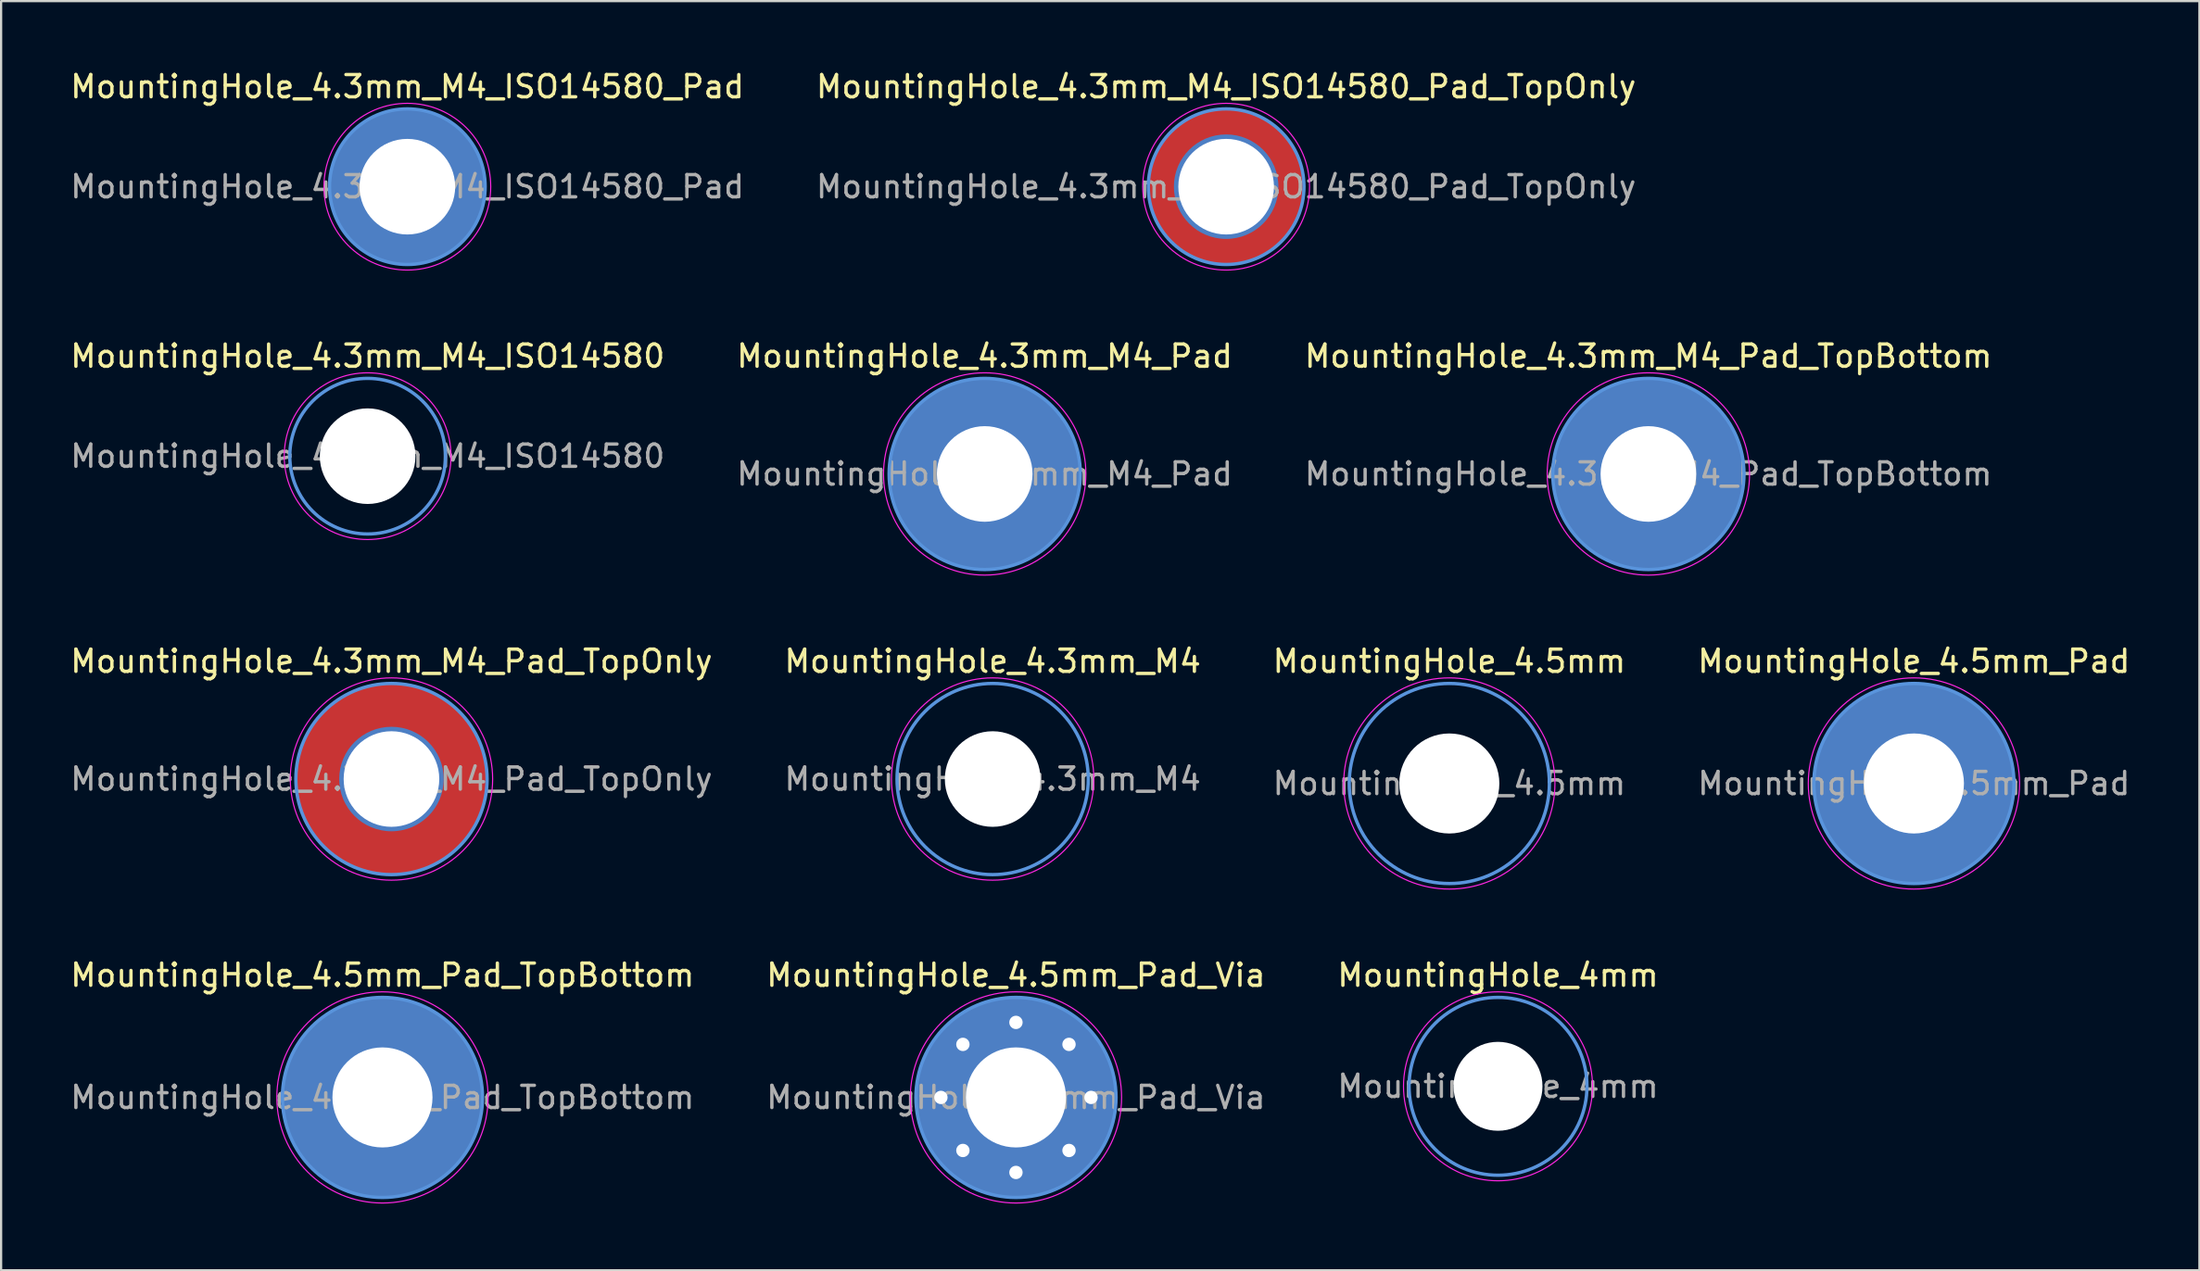
<source format=kicad_pcb>
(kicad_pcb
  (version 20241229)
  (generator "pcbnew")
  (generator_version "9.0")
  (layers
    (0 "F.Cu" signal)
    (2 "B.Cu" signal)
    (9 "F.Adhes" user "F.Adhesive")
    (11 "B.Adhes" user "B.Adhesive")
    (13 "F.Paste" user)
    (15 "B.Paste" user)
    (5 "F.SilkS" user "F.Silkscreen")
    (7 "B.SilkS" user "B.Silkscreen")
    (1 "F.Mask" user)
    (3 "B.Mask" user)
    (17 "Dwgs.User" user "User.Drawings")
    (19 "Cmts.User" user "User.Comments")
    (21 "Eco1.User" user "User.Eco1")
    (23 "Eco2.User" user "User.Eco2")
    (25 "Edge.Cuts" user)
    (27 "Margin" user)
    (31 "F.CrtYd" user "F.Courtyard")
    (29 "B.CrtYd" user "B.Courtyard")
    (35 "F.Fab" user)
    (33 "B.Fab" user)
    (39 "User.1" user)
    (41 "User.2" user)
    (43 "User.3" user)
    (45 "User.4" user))
  (footprint "MountingHole_4mm"
    (layer "F.Cu")
    (at 64.315 45.818)
    (property "Reference" "MountingHole_4mm" (at 0 -5 0) (layer "F.SilkS") (effects (font (size 1 1) (thickness 0.15))))
    (attr exclude_from_pos_files exclude_from_bom)
    (fp_circle (center 0 0) (end 4 0) (stroke (width 0.15) (type solid)) (fill no) (layer "Cmts.User"))
    (fp_circle (center 0 0) (end 4.25 0) (stroke (width 0.05) (type solid)) (fill no) (layer "F.CrtYd"))
    (fp_text user "${REFERENCE}" (at 0 0 0) (layer "F.Fab") (effects (font (size 1 1) (thickness 0.15))))
    (pad "" np_thru_hole circle (at 0 0) (size 4 4) (drill 4) (layers "*.Cu" "*.Mask")))
  (footprint "MountingHole_4.3mm_M4_ISO14580"
    (layer "F.Cu")
    (at 13.482 17.471)
    (property "Reference" "MountingHole_4.3mm_M4_ISO14580" (at 0 -4.5 0) (layer "F.SilkS") (effects (font (size 1 1) (thickness 0.15))))
    (attr exclude_from_pos_files exclude_from_bom)
    (fp_circle (center 0 0) (end 3.5 0) (stroke (width 0.15) (type solid)) (fill no) (layer "Cmts.User"))
    (fp_circle (center 0 0) (end 3.75 0) (stroke (width 0.05) (type solid)) (fill no) (layer "F.CrtYd"))
    (fp_text user "${REFERENCE}" (at 0 0 0) (layer "F.Fab") (effects (font (size 1 1) (thickness 0.15))))
    (pad "" np_thru_hole circle (at 0 0) (size 4.3 4.3) (drill 4.3) (layers "*.Cu" "*.Mask")))
  (footprint "MountingHole_4.3mm_M4_ISO14580_Pad"
    (layer "F.Cu")
    (at 15.268 5.348)
    (property "Reference" "MountingHole_4.3mm_M4_ISO14580_Pad" (at 0 -4.5 0) (layer "F.SilkS") (effects (font (size 1 1) (thickness 0.15))))
    (attr exclude_from_pos_files exclude_from_bom)
    (fp_circle (center 0 0) (end 3.5 0) (stroke (width 0.15) (type solid)) (fill no) (layer "Cmts.User"))
    (fp_circle (center 0 0) (end 3.75 0) (stroke (width 0.05) (type solid)) (fill no) (layer "F.CrtYd"))
    (fp_text user "${REFERENCE}" (at 0 0 0) (layer "F.Fab") (effects (font (size 1 1) (thickness 0.15))))
    (pad "1" thru_hole circle (at 0 0) (size 7 7) (drill 4.3) (layers "*.Cu" "*.Mask")))
  (footprint "MountingHole_4.3mm_M4_Pad_TopBottom"
    (layer "F.Cu")
    (at 71.077 18.271)
    (property "Reference" "MountingHole_4.3mm_M4_Pad_TopBottom" (at 0 -5.3 0) (layer "F.SilkS") (effects (font (size 1 1) (thickness 0.15))))
    (attr exclude_from_pos_files exclude_from_bom)
    (fp_circle (center 0 0) (end 4.3 0) (stroke (width 0.15) (type solid)) (fill no) (layer "Cmts.User"))
    (fp_circle (center 0 0) (end 4.55 0) (stroke (width 0.05) (type solid)) (fill no) (layer "F.CrtYd"))
    (fp_text user "${REFERENCE}" (at 0 0 0) (layer "F.Fab") (effects (font (size 1 1) (thickness 0.15))))
    (pad "1" thru_hole circle (at 0 0) (size 4.7 4.7) (drill 4.3) (layers "*.Cu" "*.Mask"))
    (pad "1" connect circle (at 0 0) (size 8.6 8.6) (layers "F.Cu" "F.Mask"))
    (pad "1" connect circle (at 0 0) (size 8.6 8.6) (layers "B.Cu" "B.Mask")))
  (footprint "MountingHole_4.3mm_M4"
    (layer "F.Cu")
    (at 41.589 31.995)
    (property "Reference" "MountingHole_4.3mm_M4" (at 0 -5.3 0) (layer "F.SilkS") (effects (font (size 1 1) (thickness 0.15))))
    (attr exclude_from_pos_files exclude_from_bom)
    (fp_circle (center 0 0) (end 4.3 0) (stroke (width 0.15) (type solid)) (fill no) (layer "Cmts.User"))
    (fp_circle (center 0 0) (end 4.55 0) (stroke (width 0.05) (type solid)) (fill no) (layer "F.CrtYd"))
    (fp_text user "${REFERENCE}" (at 0 0 0) (layer "F.Fab") (effects (font (size 1 1) (thickness 0.15))))
    (pad "" np_thru_hole circle (at 0 0) (size 4.3 4.3) (drill 4.3) (layers "*.Cu" "*.Mask")))
  (footprint "MountingHole_4.5mm_Pad"
    (layer "F.Cu")
    (at 83.018 32.195)
    (property "Reference" "MountingHole_4.5mm_Pad" (at 0 -5.5 0) (layer "F.SilkS") (effects (font (size 1 1) (thickness 0.15))))
    (attr exclude_from_pos_files exclude_from_bom)
    (fp_circle (center 0 0) (end 4.5 0) (stroke (width 0.15) (type solid)) (fill no) (layer "Cmts.User"))
    (fp_circle (center 0 0) (end 4.75 0) (stroke (width 0.05) (type solid)) (fill no) (layer "F.CrtYd"))
    (fp_text user "${REFERENCE}" (at 0 0 0) (layer "F.Fab") (effects (font (size 1 1) (thickness 0.15))))
    (pad "1" thru_hole circle (at 0 0) (size 9 9) (drill 4.5) (layers "*.Cu" "*.Mask")))
  (footprint "MountingHole_4.5mm"
    (layer "F.Cu")
    (at 62.125 32.195)
    (property "Reference" "MountingHole_4.5mm" (at 0 -5.5 0) (layer "F.SilkS") (effects (font (size 1 1) (thickness 0.15))))
    (attr exclude_from_pos_files exclude_from_bom)
    (fp_circle (center 0 0) (end 4.5 0) (stroke (width 0.15) (type solid)) (fill no) (layer "Cmts.User"))
    (fp_circle (center 0 0) (end 4.75 0) (stroke (width 0.05) (type solid)) (fill no) (layer "F.CrtYd"))
    (fp_text user "${REFERENCE}" (at 0 0 0) (layer "F.Fab") (effects (font (size 1 1) (thickness 0.15))))
    (pad "" np_thru_hole circle (at 0 0) (size 4.5 4.5) (drill 4.5) (layers "*.Cu" "*.Mask")))
  (footprint "MountingHole_4.3mm_M4_ISO14580_Pad_TopOnly"
    (layer "F.Cu")
    (at 52.089 5.348)
    (property "Reference" "MountingHole_4.3mm_M4_ISO14580_Pad_TopOnly" (at 0 -4.5 0) (layer "F.SilkS") (effects (font (size 1 1) (thickness 0.15))))
    (attr exclude_from_pos_files exclude_from_bom)
    (fp_circle (center 0 0) (end 3.5 0) (stroke (width 0.15) (type solid)) (fill no) (layer "Cmts.User"))
    (fp_circle (center 0 0) (end 3.75 0) (stroke (width 0.05) (type solid)) (fill no) (layer "F.CrtYd"))
    (fp_text user "${REFERENCE}" (at 0 0 0) (layer "F.Fab") (effects (font (size 1 1) (thickness 0.15))))
    (pad "1" thru_hole circle (at 0 0) (size 4.7 4.7) (drill 4.3) (layers "*.Cu" "*.Mask"))
    (pad "1" connect circle (at 0 0) (size 7 7) (layers "F.Cu" "F.Mask")))
  (footprint "MountingHole_4.3mm_M4_Pad_TopOnly"
    (layer "F.Cu")
    (at 14.554 31.995)
    (property "Reference" "MountingHole_4.3mm_M4_Pad_TopOnly" (at 0 -5.3 0) (layer "F.SilkS") (effects (font (size 1 1) (thickness 0.15))))
    (attr exclude_from_pos_files exclude_from_bom)
    (fp_circle (center 0 0) (end 4.3 0) (stroke (width 0.15) (type solid)) (fill no) (layer "Cmts.User"))
    (fp_circle (center 0 0) (end 4.55 0) (stroke (width 0.05) (type solid)) (fill no) (layer "F.CrtYd"))
    (fp_text user "${REFERENCE}" (at 0 0 0) (layer "F.Fab") (effects (font (size 1 1) (thickness 0.15))))
    (pad "1" thru_hole circle (at 0 0) (size 4.7 4.7) (drill 4.3) (layers "*.Cu" "*.Mask"))
    (pad "1" connect circle (at 0 0) (size 8.6 8.6) (layers "F.Cu" "F.Mask")))
  (footprint "MountingHole_4.5mm_Pad_Via"
    (layer "F.Cu")
    (at 42.637 46.318)
    (property "Reference" "MountingHole_4.5mm_Pad_Via" (at 0 -5.5 0) (layer "F.SilkS") (effects (font (size 1 1) (thickness 0.15))))
    (attr exclude_from_pos_files exclude_from_bom)
    (fp_circle (center 0 0) (end 4.5 0) (stroke (width 0.15) (type solid)) (fill no) (layer "Cmts.User"))
    (fp_circle (center 0 0) (end 4.75 0) (stroke (width 0.05) (type solid)) (fill no) (layer "F.CrtYd"))
    (fp_text user "${REFERENCE}" (at 0 0 0) (layer "F.Fab") (effects (font (size 1 1) (thickness 0.15))))
    (pad "1" thru_hole circle (at -3.375 0) (size 0.9 0.9) (drill 0.6) (layers "*.Cu" "*.Mask"))
    (pad "1" thru_hole circle (at -2.386 -2.386) (size 0.9 0.9) (drill 0.6) (layers "*.Cu" "*.Mask"))
    (pad "1" thru_hole circle (at -2.386 2.386) (size 0.9 0.9) (drill 0.6) (layers "*.Cu" "*.Mask"))
    (pad "1" thru_hole circle (at 0 -3.375) (size 0.9 0.9) (drill 0.6) (layers "*.Cu" "*.Mask"))
    (pad "1" thru_hole circle (at 0 0) (size 9 9) (drill 4.5) (layers "*.Cu" "*.Mask"))
    (pad "1" thru_hole circle (at 0 3.375) (size 0.9 0.9) (drill 0.6) (layers "*.Cu" "*.Mask"))
    (pad "1" thru_hole circle (at 2.386 -2.386) (size 0.9 0.9) (drill 0.6) (layers "*.Cu" "*.Mask"))
    (pad "1" thru_hole circle (at 2.386 2.386) (size 0.9 0.9) (drill 0.6) (layers "*.Cu" "*.Mask"))
    (pad "1" thru_hole circle (at 3.375 0) (size 0.9 0.9) (drill 0.6) (layers "*.Cu" "*.Mask")))
  (footprint "MountingHole_4.5mm_Pad_TopBottom"
    (layer "F.Cu")
    (at 14.149 46.318)
    (property "Reference" "MountingHole_4.5mm_Pad_TopBottom" (at 0 -5.5 0) (layer "F.SilkS") (effects (font (size 1 1) (thickness 0.15))))
    (attr exclude_from_pos_files exclude_from_bom)
    (fp_circle (center 0 0) (end 4.5 0) (stroke (width 0.15) (type solid)) (fill no) (layer "Cmts.User"))
    (fp_circle (center 0 0) (end 4.75 0) (stroke (width 0.05) (type solid)) (fill no) (layer "F.CrtYd"))
    (fp_text user "${REFERENCE}" (at 0 0 0) (layer "F.Fab") (effects (font (size 1 1) (thickness 0.15))))
    (pad "1" thru_hole circle (at 0 0) (size 4.9 4.9) (drill 4.5) (layers "*.Cu" "*.Mask"))
    (pad "1" connect circle (at 0 0) (size 9 9) (layers "F.Cu" "F.Mask"))
    (pad "1" connect circle (at 0 0) (size 9 9) (layers "B.Cu" "B.Mask")))
  (footprint "MountingHole_4.3mm_M4_Pad"
    (layer "F.Cu")
    (at 41.232 18.271)
    (property "Reference" "MountingHole_4.3mm_M4_Pad" (at 0 -5.3 0) (layer "F.SilkS") (effects (font (size 1 1) (thickness 0.15))))
    (attr exclude_from_pos_files exclude_from_bom)
    (fp_circle (center 0 0) (end 4.3 0) (stroke (width 0.15) (type solid)) (fill no) (layer "Cmts.User"))
    (fp_circle (center 0 0) (end 4.55 0) (stroke (width 0.05) (type solid)) (fill no) (layer "F.CrtYd"))
    (fp_text user "${REFERENCE}" (at 0 0 0) (layer "F.Fab") (effects (font (size 1 1) (thickness 0.15))))
    (pad "1" thru_hole circle (at 0 0) (size 8.6 8.6) (drill 4.3) (layers "*.Cu" "*.Mask")))
  (gr_rect
    (start -3 -3)
    (end 95.857 54.093)
    (stroke (width 0.1) (type default))
    (fill no)
    (layer "Edge.Cuts")))
</source>
